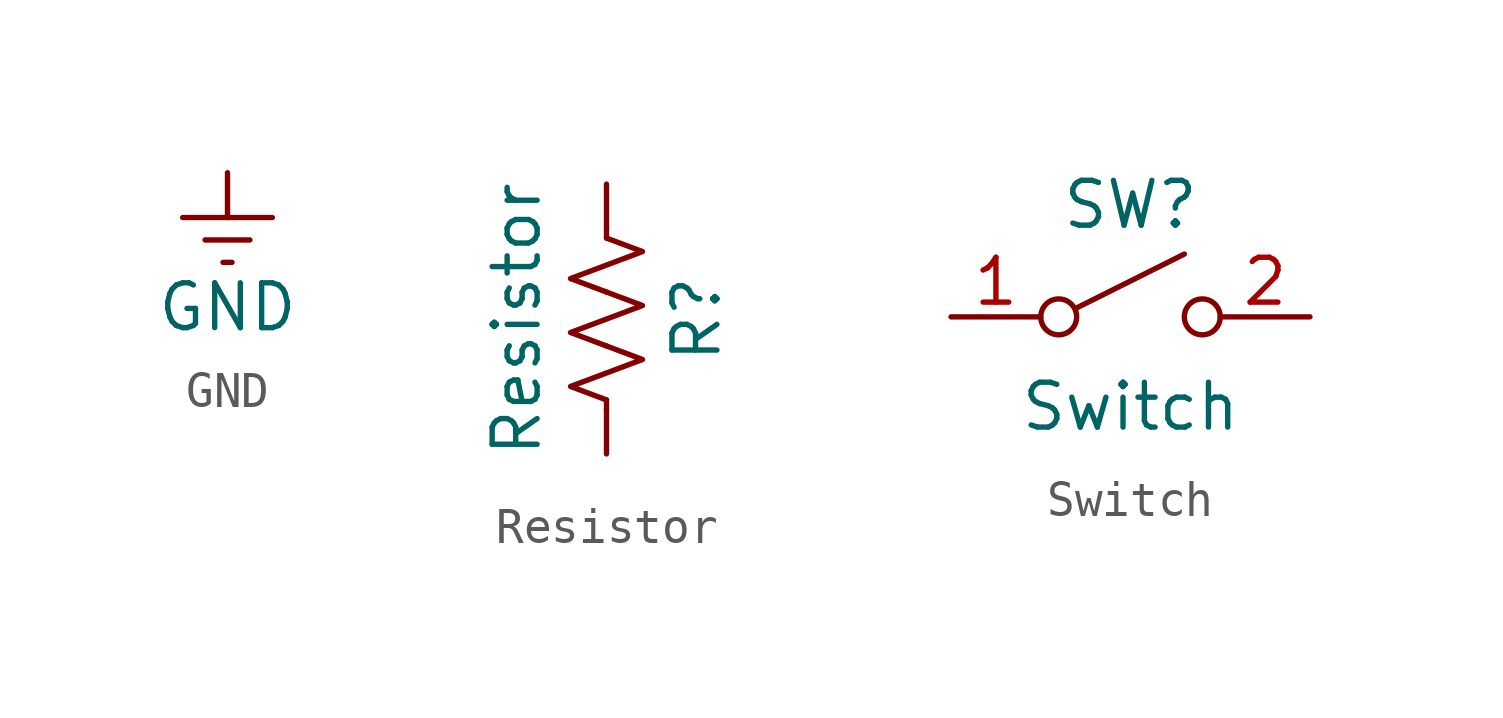
<source format=kicad_sym>
(kicad_symbol_lib
  (version 20220914)
  (generator kicad_symbol_editor)
  (symbol "GND"
    (power)
    (pin_names
      (offset 0))
    (property "Reference" "#PWR"
      (at 0 -6.35 0)
      (effects (font (size 1.27 1.27)) hide))
    (property "Value" "GND"
      (at 0 -3.81 0)
      (effects (font (size 1.27 1.27))))
    (symbol "GND_0_1"
      (polyline (pts (xy -0.635 -1.905) (xy 0.635 -1.905)) (stroke (width 0) (type default)) (fill (type none)))
      (polyline (pts (xy -0.127 -2.54) (xy 0.127 -2.54)) (stroke (width 0) (type default)) (fill (type none)))
      (polyline (pts (xy 0 -1.27) (xy 0 0)) (stroke (width 0) (type default)) (fill (type none)))
      (polyline (pts (xy 1.27 -1.27) (xy -1.27 -1.27)) (stroke (width 0) (type default)) (fill (type none))))
    (symbol "GND_1_1"
      (pin power_in line (at 0 0 270) (length 0) hide (name "GND" (effects (font (size 1.27 1.27)))) (number "1" (effects (font (size 1.27 1.27)))))))
  (symbol "Resistor"
    (pin_numbers hide)
    (pin_names
      (offset 0))
    (property "Reference" "R"
      (at 2.54 0 90)
      (effects (font (size 1.27 1.27))))
    (property "Value" "Resistor"
      (at -2.54 0 90)
      (effects (font (size 1.27 1.27))))
    (symbol "Resistor_0_1"
      (polyline (pts (xy 0 -2.286) (xy 0 -2.54)) (stroke (width 0) (type default)) (fill (type none)))
      (polyline (pts (xy 0 2.286) (xy 0 2.54)) (stroke (width 0) (type default)) (fill (type none)))
      (polyline (pts (xy 0 -0.762) (xy 1.016 -1.143) (xy 0 -1.524) (xy -1.016 -1.905) (xy 0 -2.286)) (stroke (width 0) (type default)) (fill (type none)))
      (polyline (pts (xy 0 0.762) (xy 1.016 0.381) (xy 0 0) (xy -1.016 -0.381) (xy 0 -0.762)) (stroke (width 0) (type default)) (fill (type none)))
      (polyline (pts (xy 0 2.286) (xy 1.016 1.905) (xy 0 1.524) (xy -1.016 1.143) (xy 0 0.762)) (stroke (width 0) (type default)) (fill (type none))))
    (symbol "Resistor_1_1"
      (pin passive line (at 0 3.81 270) (length 1.27) (name "~" (effects (font (size 1.27 1.27)))) (number "1" (effects (font (size 1.27 1.27)))))
      (pin passive line (at 0 -3.81 90) (length 1.27) (name "~" (effects (font (size 1.27 1.27)))) (number "2" (effects (font (size 1.27 1.27)))))))
  (symbol "Switch"
    (pin_names
      (offset 0) hide)
    (property "Reference" "SW"
      (at 0 3.175 0)
      (effects (font (size 1.27 1.27))))
    (property "Value" "Switch"
      (at 0 -2.54 0)
      (effects (font (size 1.27 1.27))))
    (symbol "Switch_0_0"
      (circle (center -2.032 0) (radius 0.508) (stroke (width 0) (type default)) (fill (type none)))
      (polyline (pts (xy -1.524 0.254) (xy 1.524 1.778)) (stroke (width 0) (type default)) (fill (type none)))
      (circle (center 2.032 0) (radius 0.508) (stroke (width 0) (type default)) (fill (type none))))
    (symbol "Switch_1_1"
      (pin passive line (at -5.08 0 0) (length 2.54) (name "A" (effects (font (size 1.27 1.27)))) (number "1" (effects (font (size 1.27 1.27)))))
      (pin passive line (at 5.08 0 180) (length 2.54) (name "B" (effects (font (size 1.27 1.27)))) (number "2" (effects (font (size 1.27 1.27))))))))
</source>
